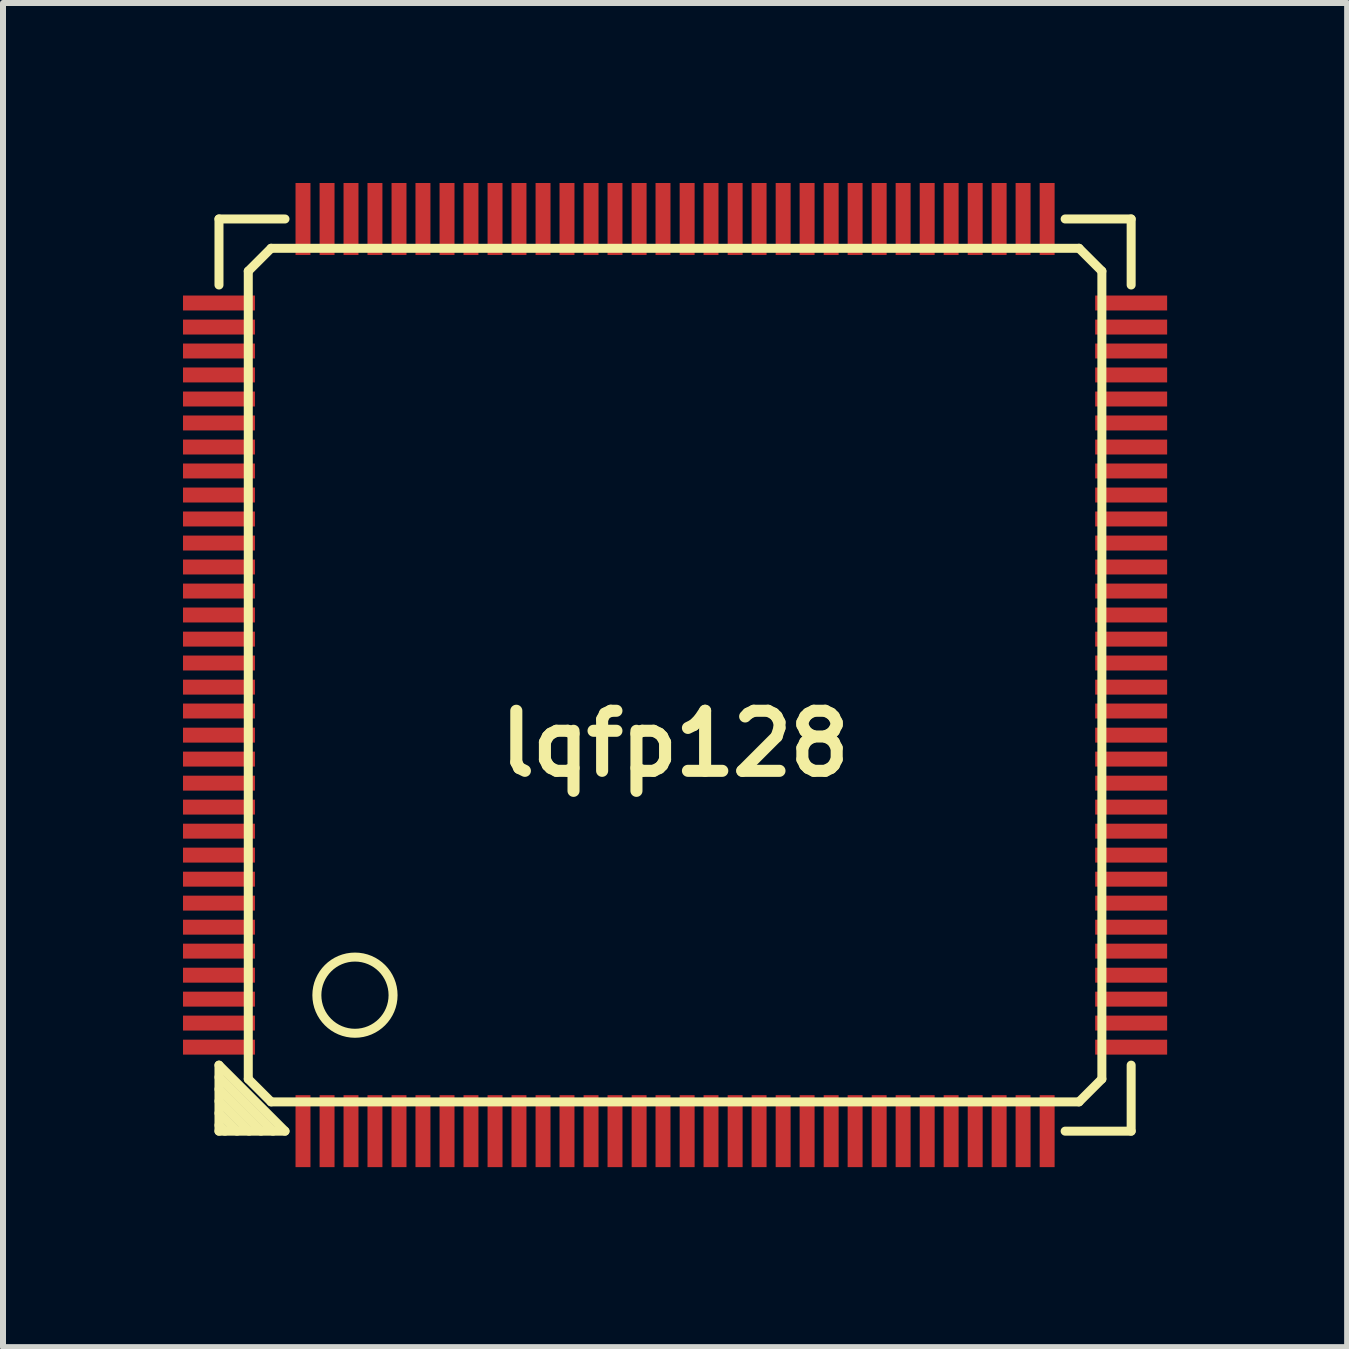
<source format=kicad_pcb>
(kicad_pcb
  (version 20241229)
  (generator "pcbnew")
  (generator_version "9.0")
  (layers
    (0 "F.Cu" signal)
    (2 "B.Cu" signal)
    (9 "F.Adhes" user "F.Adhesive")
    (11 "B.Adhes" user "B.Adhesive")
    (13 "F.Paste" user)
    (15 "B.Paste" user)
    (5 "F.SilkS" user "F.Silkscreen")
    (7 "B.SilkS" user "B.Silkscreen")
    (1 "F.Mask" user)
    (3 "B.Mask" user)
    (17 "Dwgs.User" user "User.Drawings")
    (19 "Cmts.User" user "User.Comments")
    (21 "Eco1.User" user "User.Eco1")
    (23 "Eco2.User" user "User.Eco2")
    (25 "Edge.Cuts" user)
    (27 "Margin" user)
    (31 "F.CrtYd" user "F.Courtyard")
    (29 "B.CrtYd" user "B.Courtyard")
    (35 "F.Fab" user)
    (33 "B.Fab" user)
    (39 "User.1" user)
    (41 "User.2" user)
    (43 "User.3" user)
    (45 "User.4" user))
  (footprint "lqfp128"
    (layer "F.Cu")
    (at 8.199 8.199)
    (property "Reference" "lqfp128" (at 0 1.143 0) (layer "F.SilkS") (effects (font (size 1.001 1.001) (thickness 0.201))))
    (attr smd)
    (fp_line (start -7.6 -7.6) (end -6.5 -7.6) (stroke (width 0.15) (type solid)) (layer "F.SilkS"))
    (fp_line (start -7.6 -6.5) (end -7.6 -7.6) (stroke (width 0.15) (type solid)) (layer "F.SilkS"))
    (fp_line (start -7.6 6.5) (end -7.6 7.6) (stroke (width 0.15) (type solid)) (layer "F.SilkS"))
    (fp_line (start -7.6 6.701) (end -6.701 7.6) (stroke (width 0.15) (type solid)) (layer "F.SilkS"))
    (fp_line (start -7.6 7.099) (end -7.099 7.6) (stroke (width 0.15) (type solid)) (layer "F.SilkS"))
    (fp_line (start -7.6 7.501) (end -7.501 7.6) (stroke (width 0.15) (type solid)) (layer "F.SilkS"))
    (fp_line (start -7.6 7.6) (end -6.5 7.6) (stroke (width 0.15) (type solid)) (layer "F.SilkS"))
    (fp_line (start -7.3 7.6) (end -7.6 7.3) (stroke (width 0.15) (type solid)) (layer "F.SilkS"))
    (fp_line (start -7.112 -6.731) (end -7.112 6.731) (stroke (width 0.15) (type solid)) (layer "F.SilkS"))
    (fp_line (start -7.112 6.731) (end -6.731 7.112) (stroke (width 0.15) (type solid)) (layer "F.SilkS"))
    (fp_line (start -6.901 7.6) (end -7.6 6.901) (stroke (width 0.15) (type solid)) (layer "F.SilkS"))
    (fp_line (start -6.731 -7.112) (end -7.112 -6.731) (stroke (width 0.15) (type solid)) (layer "F.SilkS"))
    (fp_line (start -6.731 7.112) (end 6.731 7.112) (stroke (width 0.15) (type solid)) (layer "F.SilkS"))
    (fp_line (start -6.5 7.6) (end -7.6 6.5) (stroke (width 0.15) (type solid)) (layer "F.SilkS"))
    (fp_line (start 6.5 7.6) (end 7.6 7.6) (stroke (width 0.15) (type solid)) (layer "F.SilkS"))
    (fp_line (start 6.731 -7.112) (end -6.731 -7.112) (stroke (width 0.15) (type solid)) (layer "F.SilkS"))
    (fp_line (start 6.731 7.112) (end 7.112 6.731) (stroke (width 0.15) (type solid)) (layer "F.SilkS"))
    (fp_line (start 7.112 -6.731) (end 6.731 -7.112) (stroke (width 0.15) (type solid)) (layer "F.SilkS"))
    (fp_line (start 7.112 6.731) (end 7.112 -6.731) (stroke (width 0.15) (type solid)) (layer "F.SilkS"))
    (fp_line (start 7.6 -7.6) (end 6.5 -7.6) (stroke (width 0.15) (type solid)) (layer "F.SilkS"))
    (fp_line (start 7.6 -7.6) (end 7.6 -6.5) (stroke (width 0.15) (type solid)) (layer "F.SilkS"))
    (fp_line (start 7.6 7.6) (end 7.6 6.5) (stroke (width 0.15) (type solid)) (layer "F.SilkS"))
    (fp_circle (center -5.334 5.334) (end -5.715 5.842) (stroke (width 0.15) (type solid)) (fill no) (layer "F.SilkS"))
    (pad "1" smd rect (at -6.2 7.6) (size 0.249 1.199) (layers "F.Cu" "F.Mask" "F.Paste"))
    (pad "2" smd rect (at -5.799 7.6) (size 0.249 1.199) (layers "F.Cu" "F.Mask" "F.Paste"))
    (pad "3" smd rect (at -5.4 7.6) (size 0.249 1.199) (layers "F.Cu" "F.Mask" "F.Paste"))
    (pad "4" smd rect (at -5.001 7.6) (size 0.249 1.199) (layers "F.Cu" "F.Mask" "F.Paste"))
    (pad "5" smd rect (at -4.6 7.6) (size 0.249 1.199) (layers "F.Cu" "F.Mask" "F.Paste"))
    (pad "6" smd rect (at -4.201 7.6) (size 0.249 1.199) (layers "F.Cu" "F.Mask" "F.Paste"))
    (pad "7" smd rect (at -3.8 7.6) (size 0.249 1.199) (layers "F.Cu" "F.Mask" "F.Paste"))
    (pad "8" smd rect (at -3.401 7.6) (size 0.249 1.199) (layers "F.Cu" "F.Mask" "F.Paste"))
    (pad "9" smd rect (at -3 7.6) (size 0.249 1.199) (layers "F.Cu" "F.Mask" "F.Paste"))
    (pad "10" smd rect (at -2.601 7.6) (size 0.249 1.199) (layers "F.Cu" "F.Mask" "F.Paste"))
    (pad "11" smd rect (at -2.2 7.6) (size 0.249 1.199) (layers "F.Cu" "F.Mask" "F.Paste"))
    (pad "12" smd rect (at -1.801 7.6) (size 0.249 1.199) (layers "F.Cu" "F.Mask" "F.Paste"))
    (pad "13" smd rect (at -1.4 7.6) (size 0.249 1.199) (layers "F.Cu" "F.Mask" "F.Paste"))
    (pad "14" smd rect (at -1.001 7.6) (size 0.249 1.199) (layers "F.Cu" "F.Mask" "F.Paste"))
    (pad "15" smd rect (at -0.599 7.6) (size 0.249 1.199) (layers "F.Cu" "F.Mask" "F.Paste"))
    (pad "16" smd rect (at -0.201 7.6) (size 0.249 1.199) (layers "F.Cu" "F.Mask" "F.Paste"))
    (pad "17" smd rect (at 0.201 7.6) (size 0.249 1.199) (layers "F.Cu" "F.Mask" "F.Paste"))
    (pad "18" smd rect (at 0.599 7.6) (size 0.249 1.199) (layers "F.Cu" "F.Mask" "F.Paste"))
    (pad "19" smd rect (at 1.001 7.6) (size 0.249 1.199) (layers "F.Cu" "F.Mask" "F.Paste"))
    (pad "20" smd rect (at 1.4 7.6) (size 0.249 1.199) (layers "F.Cu" "F.Mask" "F.Paste"))
    (pad "21" smd rect (at 1.801 7.6) (size 0.249 1.199) (layers "F.Cu" "F.Mask" "F.Paste"))
    (pad "22" smd rect (at 2.2 7.6) (size 0.249 1.199) (layers "F.Cu" "F.Mask" "F.Paste"))
    (pad "23" smd rect (at 2.601 7.6) (size 0.249 1.199) (layers "F.Cu" "F.Mask" "F.Paste"))
    (pad "24" smd rect (at 3 7.6) (size 0.249 1.199) (layers "F.Cu" "F.Mask" "F.Paste"))
    (pad "25" smd rect (at 3.401 7.6) (size 0.249 1.199) (layers "F.Cu" "F.Mask" "F.Paste"))
    (pad "26" smd rect (at 3.8 7.6) (size 0.249 1.199) (layers "F.Cu" "F.Mask" "F.Paste"))
    (pad "27" smd rect (at 4.201 7.6) (size 0.249 1.199) (layers "F.Cu" "F.Mask" "F.Paste"))
    (pad "28" smd rect (at 4.6 7.6) (size 0.249 1.199) (layers "F.Cu" "F.Mask" "F.Paste"))
    (pad "29" smd rect (at 5.001 7.6) (size 0.249 1.199) (layers "F.Cu" "F.Mask" "F.Paste"))
    (pad "30" smd rect (at 5.4 7.6) (size 0.249 1.199) (layers "F.Cu" "F.Mask" "F.Paste"))
    (pad "31" smd rect (at 5.799 7.6) (size 0.249 1.199) (layers "F.Cu" "F.Mask" "F.Paste"))
    (pad "32" smd rect (at 6.2 7.6) (size 0.249 1.199) (layers "F.Cu" "F.Mask" "F.Paste"))
    (pad "33" smd rect (at 7.6 6.2) (size 1.199 0.249) (layers "F.Cu" "F.Mask" "F.Paste"))
    (pad "34" smd rect (at 7.6 5.799) (size 1.199 0.249) (layers "F.Cu" "F.Mask" "F.Paste"))
    (pad "35" smd rect (at 7.6 5.4) (size 1.199 0.249) (layers "F.Cu" "F.Mask" "F.Paste"))
    (pad "36" smd rect (at 7.6 5.001) (size 1.199 0.249) (layers "F.Cu" "F.Mask" "F.Paste"))
    (pad "37" smd rect (at 7.6 4.6) (size 1.199 0.249) (layers "F.Cu" "F.Mask" "F.Paste"))
    (pad "38" smd rect (at 7.6 4.201) (size 1.199 0.249) (layers "F.Cu" "F.Mask" "F.Paste"))
    (pad "39" smd rect (at 7.6 3.8) (size 1.199 0.249) (layers "F.Cu" "F.Mask" "F.Paste"))
    (pad "40" smd rect (at 7.6 3.401) (size 1.199 0.249) (layers "F.Cu" "F.Mask" "F.Paste"))
    (pad "41" smd rect (at 7.6 3) (size 1.199 0.249) (layers "F.Cu" "F.Mask" "F.Paste"))
    (pad "42" smd rect (at 7.6 2.601) (size 1.199 0.249) (layers "F.Cu" "F.Mask" "F.Paste"))
    (pad "43" smd rect (at 7.6 2.2) (size 1.199 0.249) (layers "F.Cu" "F.Mask" "F.Paste"))
    (pad "44" smd rect (at 7.6 1.801) (size 1.199 0.249) (layers "F.Cu" "F.Mask" "F.Paste"))
    (pad "45" smd rect (at 7.6 1.4) (size 1.199 0.249) (layers "F.Cu" "F.Mask" "F.Paste"))
    (pad "46" smd rect (at 7.6 1.001) (size 1.199 0.249) (layers "F.Cu" "F.Mask" "F.Paste"))
    (pad "47" smd rect (at 7.6 0.599) (size 1.199 0.249) (layers "F.Cu" "F.Mask" "F.Paste"))
    (pad "48" smd rect (at 7.6 0.201) (size 1.199 0.249) (layers "F.Cu" "F.Mask" "F.Paste"))
    (pad "49" smd rect (at 7.6 -0.201) (size 1.199 0.249) (layers "F.Cu" "F.Mask" "F.Paste"))
    (pad "50" smd rect (at 7.6 -0.599) (size 1.199 0.249) (layers "F.Cu" "F.Mask" "F.Paste"))
    (pad "51" smd rect (at 7.6 -1.001) (size 1.199 0.249) (layers "F.Cu" "F.Mask" "F.Paste"))
    (pad "52" smd rect (at 7.6 -1.4) (size 1.199 0.249) (layers "F.Cu" "F.Mask" "F.Paste"))
    (pad "53" smd rect (at 7.6 -1.801) (size 1.199 0.249) (layers "F.Cu" "F.Mask" "F.Paste"))
    (pad "54" smd rect (at 7.6 -2.2) (size 1.199 0.249) (layers "F.Cu" "F.Mask" "F.Paste"))
    (pad "55" smd rect (at 7.6 -2.601) (size 1.199 0.249) (layers "F.Cu" "F.Mask" "F.Paste"))
    (pad "56" smd rect (at 7.6 -3) (size 1.199 0.249) (layers "F.Cu" "F.Mask" "F.Paste"))
    (pad "57" smd rect (at 7.6 -3.401) (size 1.199 0.249) (layers "F.Cu" "F.Mask" "F.Paste"))
    (pad "58" smd rect (at 7.6 -3.8) (size 1.199 0.249) (layers "F.Cu" "F.Mask" "F.Paste"))
    (pad "59" smd rect (at 7.6 -4.201) (size 1.199 0.249) (layers "F.Cu" "F.Mask" "F.Paste"))
    (pad "60" smd rect (at 7.6 -4.6) (size 1.199 0.249) (layers "F.Cu" "F.Mask" "F.Paste"))
    (pad "61" smd rect (at 7.6 -5.001) (size 1.199 0.249) (layers "F.Cu" "F.Mask" "F.Paste"))
    (pad "62" smd rect (at 7.6 -5.4) (size 1.199 0.249) (layers "F.Cu" "F.Mask" "F.Paste"))
    (pad "63" smd rect (at 7.6 -5.799) (size 1.199 0.249) (layers "F.Cu" "F.Mask" "F.Paste"))
    (pad "64" smd rect (at 7.6 -6.2) (size 1.199 0.249) (layers "F.Cu" "F.Mask" "F.Paste"))
    (pad "65" smd rect (at 6.2 -7.6) (size 0.249 1.199) (layers "F.Cu" "F.Mask" "F.Paste"))
    (pad "66" smd rect (at 5.799 -7.6) (size 0.249 1.199) (layers "F.Cu" "F.Mask" "F.Paste"))
    (pad "67" smd rect (at 5.4 -7.6) (size 0.249 1.199) (layers "F.Cu" "F.Mask" "F.Paste"))
    (pad "68" smd rect (at 5.001 -7.6) (size 0.249 1.199) (layers "F.Cu" "F.Mask" "F.Paste"))
    (pad "69" smd rect (at 4.6 -7.6) (size 0.249 1.199) (layers "F.Cu" "F.Mask" "F.Paste"))
    (pad "70" smd rect (at 4.201 -7.6) (size 0.249 1.199) (layers "F.Cu" "F.Mask" "F.Paste"))
    (pad "71" smd rect (at 3.8 -7.6) (size 0.249 1.199) (layers "F.Cu" "F.Mask" "F.Paste"))
    (pad "72" smd rect (at 3.401 -7.6) (size 0.249 1.199) (layers "F.Cu" "F.Mask" "F.Paste"))
    (pad "73" smd rect (at 3 -7.6) (size 0.249 1.199) (layers "F.Cu" "F.Mask" "F.Paste"))
    (pad "74" smd rect (at 2.601 -7.6) (size 0.249 1.199) (layers "F.Cu" "F.Mask" "F.Paste"))
    (pad "75" smd rect (at 2.2 -7.6) (size 0.249 1.199) (layers "F.Cu" "F.Mask" "F.Paste"))
    (pad "76" smd rect (at 1.801 -7.6) (size 0.249 1.199) (layers "F.Cu" "F.Mask" "F.Paste"))
    (pad "77" smd rect (at 1.4 -7.6) (size 0.249 1.199) (layers "F.Cu" "F.Mask" "F.Paste"))
    (pad "78" smd rect (at 1.001 -7.6) (size 0.249 1.199) (layers "F.Cu" "F.Mask" "F.Paste"))
    (pad "79" smd rect (at 0.599 -7.6) (size 0.249 1.199) (layers "F.Cu" "F.Mask" "F.Paste"))
    (pad "80" smd rect (at 0.201 -7.6) (size 0.249 1.199) (layers "F.Cu" "F.Mask" "F.Paste"))
    (pad "81" smd rect (at -0.201 -7.6) (size 0.249 1.199) (layers "F.Cu" "F.Mask" "F.Paste"))
    (pad "82" smd rect (at -0.599 -7.6) (size 0.249 1.199) (layers "F.Cu" "F.Mask" "F.Paste"))
    (pad "83" smd rect (at -1.001 -7.6) (size 0.249 1.199) (layers "F.Cu" "F.Mask" "F.Paste"))
    (pad "84" smd rect (at -1.4 -7.6) (size 0.249 1.199) (layers "F.Cu" "F.Mask" "F.Paste"))
    (pad "85" smd rect (at -1.801 -7.6) (size 0.249 1.199) (layers "F.Cu" "F.Mask" "F.Paste"))
    (pad "86" smd rect (at -2.2 -7.6) (size 0.249 1.199) (layers "F.Cu" "F.Mask" "F.Paste"))
    (pad "87" smd rect (at -2.601 -7.6) (size 0.249 1.199) (layers "F.Cu" "F.Mask" "F.Paste"))
    (pad "88" smd rect (at -3 -7.6) (size 0.249 1.199) (layers "F.Cu" "F.Mask" "F.Paste"))
    (pad "89" smd rect (at -3.401 -7.6) (size 0.249 1.199) (layers "F.Cu" "F.Mask" "F.Paste"))
    (pad "90" smd rect (at -3.8 -7.6) (size 0.249 1.199) (layers "F.Cu" "F.Mask" "F.Paste"))
    (pad "91" smd rect (at -4.201 -7.6) (size 0.249 1.199) (layers "F.Cu" "F.Mask" "F.Paste"))
    (pad "92" smd rect (at -4.6 -7.6) (size 0.249 1.199) (layers "F.Cu" "F.Mask" "F.Paste"))
    (pad "93" smd rect (at -5.001 -7.6) (size 0.249 1.199) (layers "F.Cu" "F.Mask" "F.Paste"))
    (pad "94" smd rect (at -5.4 -7.6) (size 0.249 1.199) (layers "F.Cu" "F.Mask" "F.Paste"))
    (pad "95" smd rect (at -5.799 -7.6) (size 0.249 1.199) (layers "F.Cu" "F.Mask" "F.Paste"))
    (pad "96" smd rect (at -6.2 -7.6) (size 0.249 1.199) (layers "F.Cu" "F.Mask" "F.Paste"))
    (pad "97" smd rect (at -7.6 -6.2) (size 1.199 0.249) (layers "F.Cu" "F.Mask" "F.Paste"))
    (pad "98" smd rect (at -7.6 -5.799) (size 1.199 0.249) (layers "F.Cu" "F.Mask" "F.Paste"))
    (pad "99" smd rect (at -7.6 -5.4) (size 1.199 0.249) (layers "F.Cu" "F.Mask" "F.Paste"))
    (pad "100" smd rect (at -7.6 -5.001) (size 1.199 0.249) (layers "F.Cu" "F.Mask" "F.Paste"))
    (pad "101" smd rect (at -7.6 -4.6) (size 1.199 0.249) (layers "F.Cu" "F.Mask" "F.Paste"))
    (pad "102" smd rect (at -7.6 -4.201) (size 1.199 0.249) (layers "F.Cu" "F.Mask" "F.Paste"))
    (pad "103" smd rect (at -7.6 -3.8) (size 1.199 0.249) (layers "F.Cu" "F.Mask" "F.Paste"))
    (pad "104" smd rect (at -7.6 -3.401) (size 1.199 0.249) (layers "F.Cu" "F.Mask" "F.Paste"))
    (pad "105" smd rect (at -7.6 -3) (size 1.199 0.249) (layers "F.Cu" "F.Mask" "F.Paste"))
    (pad "106" smd rect (at -7.6 -2.601) (size 1.199 0.249) (layers "F.Cu" "F.Mask" "F.Paste"))
    (pad "107" smd rect (at -7.6 -2.2) (size 1.199 0.249) (layers "F.Cu" "F.Mask" "F.Paste"))
    (pad "108" smd rect (at -7.6 -1.801) (size 1.199 0.249) (layers "F.Cu" "F.Mask" "F.Paste"))
    (pad "109" smd rect (at -7.6 -1.4) (size 1.199 0.249) (layers "F.Cu" "F.Mask" "F.Paste"))
    (pad "110" smd rect (at -7.6 -1.001) (size 1.199 0.249) (layers "F.Cu" "F.Mask" "F.Paste"))
    (pad "111" smd rect (at -7.6 -0.599) (size 1.199 0.249) (layers "F.Cu" "F.Mask" "F.Paste"))
    (pad "112" smd rect (at -7.6 -0.201) (size 1.199 0.249) (layers "F.Cu" "F.Mask" "F.Paste"))
    (pad "113" smd rect (at -7.6 0.201) (size 1.199 0.249) (layers "F.Cu" "F.Mask" "F.Paste"))
    (pad "114" smd rect (at -7.6 0.599) (size 1.199 0.249) (layers "F.Cu" "F.Mask" "F.Paste"))
    (pad "115" smd rect (at -7.6 1.001) (size 1.199 0.249) (layers "F.Cu" "F.Mask" "F.Paste"))
    (pad "116" smd rect (at -7.6 1.4) (size 1.199 0.249) (layers "F.Cu" "F.Mask" "F.Paste"))
    (pad "117" smd rect (at -7.6 1.801) (size 1.199 0.249) (layers "F.Cu" "F.Mask" "F.Paste"))
    (pad "118" smd rect (at -7.6 2.2) (size 1.199 0.249) (layers "F.Cu" "F.Mask" "F.Paste"))
    (pad "119" smd rect (at -7.6 2.601) (size 1.199 0.249) (layers "F.Cu" "F.Mask" "F.Paste"))
    (pad "120" smd rect (at -7.6 3) (size 1.199 0.249) (layers "F.Cu" "F.Mask" "F.Paste"))
    (pad "121" smd rect (at -7.6 3.401) (size 1.199 0.249) (layers "F.Cu" "F.Mask" "F.Paste"))
    (pad "122" smd rect (at -7.6 3.8) (size 1.199 0.249) (layers "F.Cu" "F.Mask" "F.Paste"))
    (pad "123" smd rect (at -7.6 4.201) (size 1.199 0.249) (layers "F.Cu" "F.Mask" "F.Paste"))
    (pad "124" smd rect (at -7.6 4.6) (size 1.199 0.249) (layers "F.Cu" "F.Mask" "F.Paste"))
    (pad "125" smd rect (at -7.6 5.001) (size 1.199 0.249) (layers "F.Cu" "F.Mask" "F.Paste"))
    (pad "126" smd rect (at -7.6 5.4) (size 1.199 0.249) (layers "F.Cu" "F.Mask" "F.Paste"))
    (pad "127" smd rect (at -7.6 5.799) (size 1.199 0.249) (layers "F.Cu" "F.Mask" "F.Paste"))
    (pad "128" smd rect (at -7.6 6.2) (size 1.199 0.249) (layers "F.Cu" "F.Mask" "F.Paste")))
  (gr_rect
    (start -3 -3)
    (end 19.398 19.398)
    (stroke (width 0.1) (type default))
    (fill no)
    (layer "Edge.Cuts")))
</source>
